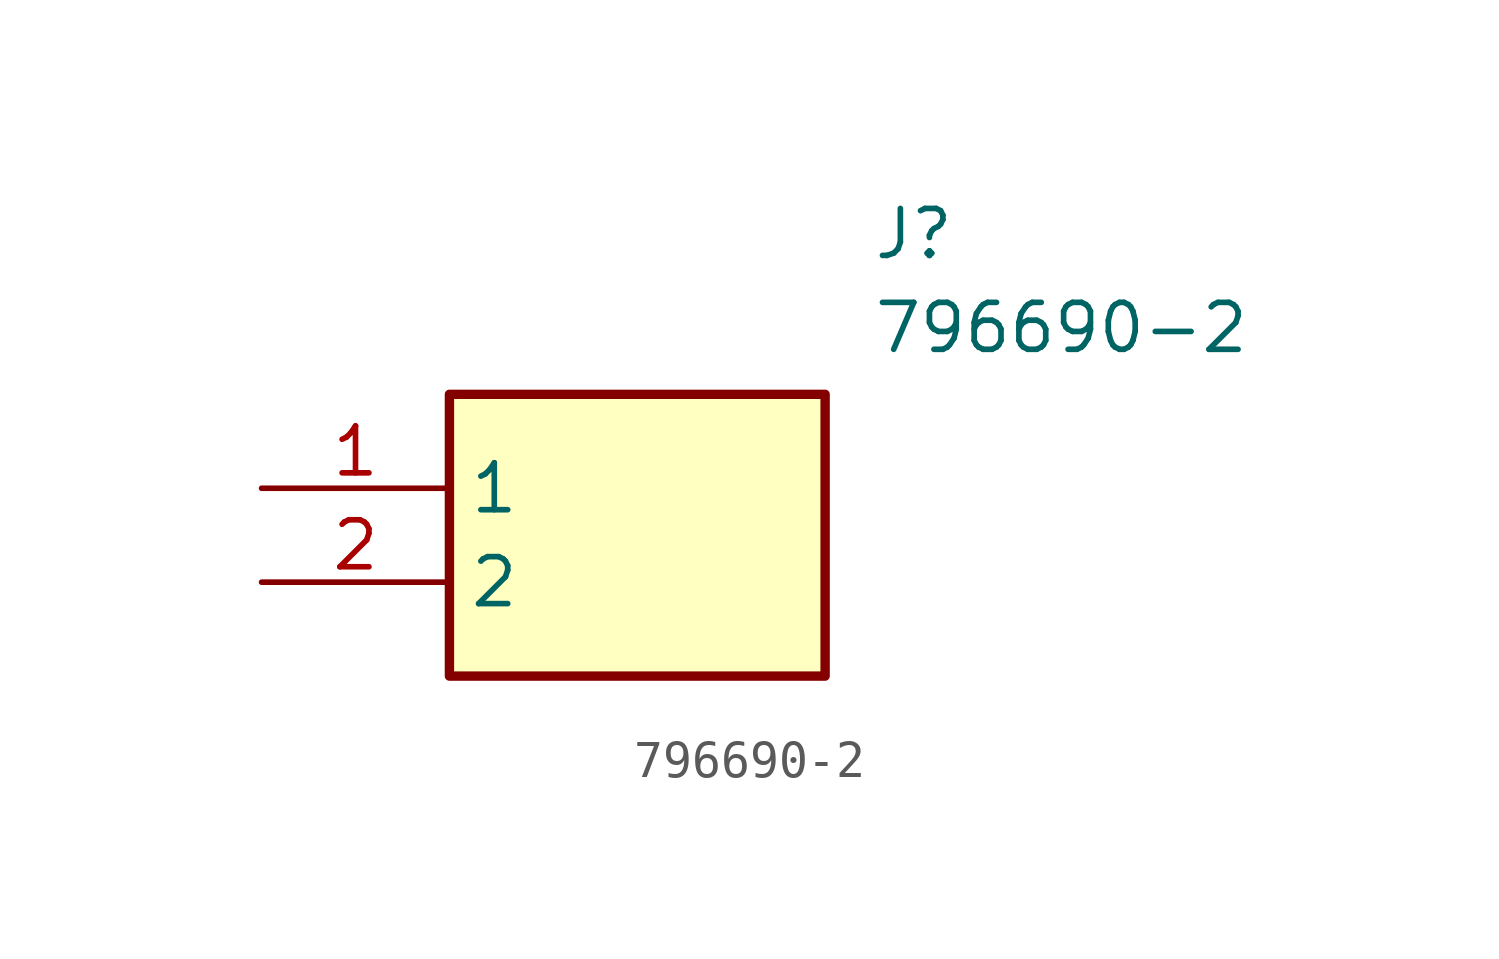
<source format=kicad_sym>
(kicad_symbol_lib
  (version 20211014)
  (generator SamacSys_ECAD_Model)
  (symbol "796690-2"
    (property "Reference" "J"
      (at 16.51 7.62 0)
      (effects (font (size 1.27 1.27)) (justify left top)))
    (property "Value" "796690-2"
      (at 16.51 5.08 0)
      (effects (font (size 1.27 1.27)) (justify left top)))
    (rectangle
      (start 5.08 2.54)
      (end 15.24 -5.08)
      (stroke (width 0.254) (type default))
      (fill (type background)))
    (pin passive line
      (at 0 0 0)
      (length 5.08)
      (name "1" (effects (font (size 1.27 1.27))))
      (number "1" (effects (font (size 1.27 1.27)))))
    (pin passive line
      (at 0 -2.54 0)
      (length 5.08)
      (name "2" (effects (font (size 1.27 1.27))))
      (number "2" (effects (font (size 1.27 1.27)))))))
</source>
